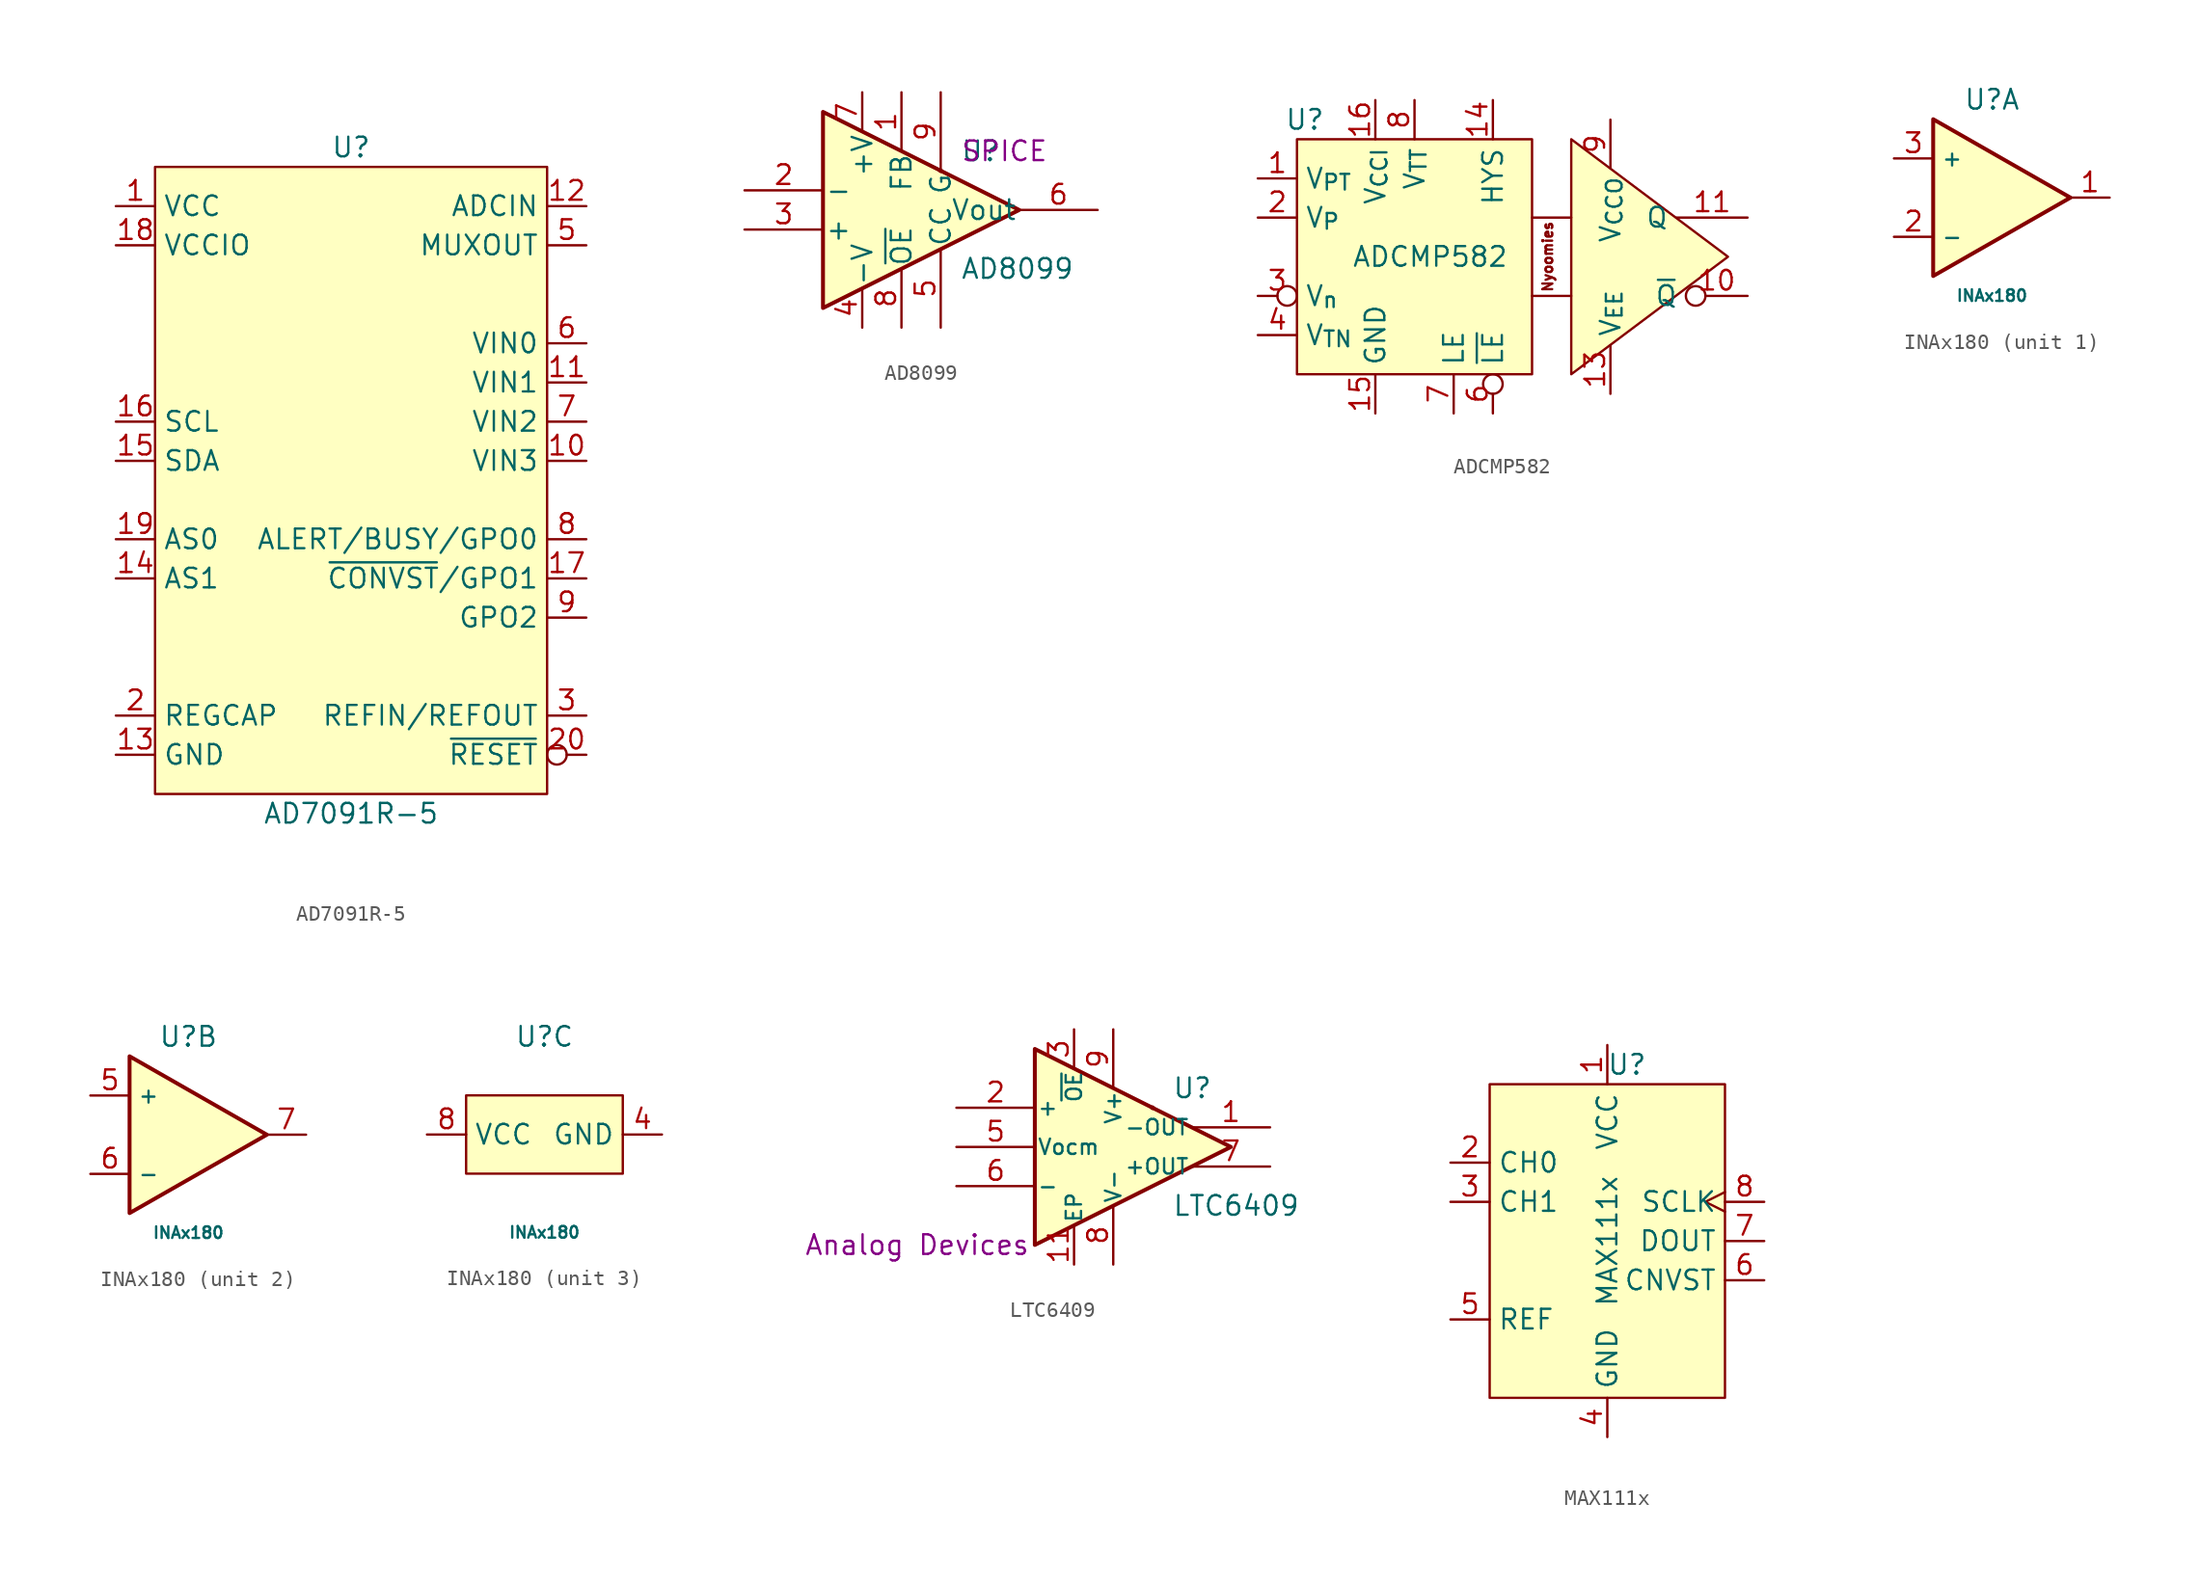
<source format=kicad_sym>
(kicad_symbol_lib
  (version 20231120)
  (generator "kicad_symbol_editor")
  (generator_version "8.0")
  (symbol "AD7091R-5"
    (property "Reference" "U"
      (at 0 22.86 0)
      (effects (font (size 1.27 1.27))))
    (property "Value" "AD7091R-5"
      (at 0 -20.32 0)
      (effects (font (size 1.27 1.27))))
    (symbol "AD7091R-5_0_1"
      (rectangle (start -12.7 21.59) (end 12.7 -19.05) (stroke (width 0.152) (type default)) (fill (type background))))
    (symbol "AD7091R-5_1_1"
      (pin power_in line (at -15.24 19.05 0) (length 2.54) (name "VCC" (effects (font (size 1.27 1.27)))) (number "1" (effects (font (size 1.27 1.27)))))
      (pin input line (at 15.24 2.54 180) (length 2.54) (name "VIN3" (effects (font (size 1.27 1.27)))) (number "10" (effects (font (size 1.27 1.27)))))
      (pin input line (at 15.24 7.62 180) (length 2.54) (name "VIN1" (effects (font (size 1.27 1.27)))) (number "11" (effects (font (size 1.27 1.27)))))
      (pin input line (at 15.24 19.05 180) (length 2.54) (name "ADCIN" (effects (font (size 1.27 1.27)))) (number "12" (effects (font (size 1.27 1.27)))))
      (pin power_in line (at -15.24 -16.51 0) (length 2.54) (name "GND" (effects (font (size 1.27 1.27)))) (number "13" (effects (font (size 1.27 1.27)))))
      (pin passive line (at -15.24 -5.08 0) (length 2.54) (name "AS1" (effects (font (size 1.27 1.27)))) (number "14" (effects (font (size 1.27 1.27)))))
      (pin bidirectional line (at -15.24 2.54 0) (length 2.54) (name "SDA" (effects (font (size 1.27 1.27)))) (number "15" (effects (font (size 1.27 1.27)))))
      (pin input line (at -15.24 5.08 0) (length 2.54) (name "SCL" (effects (font (size 1.27 1.27)))) (number "16" (effects (font (size 1.27 1.27)))))
      (pin passive line (at 15.24 -5.08 180) (length 2.54) (name "~{CONVST}/GPO1" (effects (font (size 1.27 1.27)))) (number "17" (effects (font (size 1.27 1.27)))))
      (pin power_in line (at -15.24 16.51 0) (length 2.54) (name "VCCIO" (effects (font (size 1.27 1.27)))) (number "18" (effects (font (size 1.27 1.27)))))
      (pin passive line (at -15.24 -2.54 0) (length 2.54) (name "AS0" (effects (font (size 1.27 1.27)))) (number "19" (effects (font (size 1.27 1.27)))))
      (pin passive line (at -15.24 -13.97 0) (length 2.54) (name "REGCAP" (effects (font (size 1.27 1.27)))) (number "2" (effects (font (size 1.27 1.27)))))
      (pin input inverted (at 15.24 -16.51 180) (length 2.54) (name "~{RESET}" (effects (font (size 1.27 1.27)))) (number "20" (effects (font (size 1.27 1.27)))))
      (pin passive line (at -15.24 -16.51 0) (length 2.54) hide (name "GND" (effects (font (size 1.27 1.27)))) (number "21" (effects (font (size 1.27 1.27)))))
      (pin bidirectional line (at 15.24 -13.97 180) (length 2.54) (name "REFIN/REFOUT" (effects (font (size 1.27 1.27)))) (number "3" (effects (font (size 1.27 1.27)))))
      (pin passive line (at -15.24 -16.51 0) (length 2.54) hide (name "GND" (effects (font (size 1.27 1.27)))) (number "4" (effects (font (size 1.27 1.27)))))
      (pin output line (at 15.24 16.51 180) (length 2.54) (name "MUXOUT" (effects (font (size 1.27 1.27)))) (number "5" (effects (font (size 1.27 1.27)))))
      (pin input line (at 15.24 10.16 180) (length 2.54) (name "VIN0" (effects (font (size 1.27 1.27)))) (number "6" (effects (font (size 1.27 1.27)))))
      (pin input line (at 15.24 5.08 180) (length 2.54) (name "VIN2" (effects (font (size 1.27 1.27)))) (number "7" (effects (font (size 1.27 1.27)))))
      (pin passive line (at 15.24 -2.54 180) (length 2.54) (name "ALERT/BUSY/GPO0" (effects (font (size 1.27 1.27)))) (number "8" (effects (font (size 1.27 1.27)))))
      (pin passive line (at 15.24 -7.62 180) (length 2.54) (name "GPO2" (effects (font (size 1.27 1.27)))) (number "9" (effects (font (size 1.27 1.27)))))))
  (symbol "AD8099"
    (pin_names
      (offset 0.127))
    (property "Reference" "U"
      (at 3.81 3.81 0)
      (effects (font (size 1.27 1.27)) (justify left)))
    (property "Value" "AD8099"
      (at 3.81 -3.81 0)
      (effects (font (size 1.27 1.27)) (justify left)))
    (property "Sim.Device" "SPICE"
      (at 3.81 3.81 0)
      (effects (font (size 1.27 1.27)) (justify left)))
    (symbol "AD8099_0_1"
      (polyline (pts (xy -5.08 6.35) (xy -5.08 -6.35) (xy 7.62 0) (xy -5.08 6.35)) (stroke (width 0.254) (type default)) (fill (type background)))
      (circle (center 2.54 2.54) (radius 0.0001) (stroke (width 0) (type default)) (fill (type none))))
    (symbol "AD8099_1_1"
      (pin input line (at 0 7.62 270) (length 3.81) (name "FB" (effects (font (size 1.27 1.27)))) (number "1" (effects (font (size 1.27 1.27)))))
      (pin input line (at -10.16 1.27 0) (length 5.08) (name "-" (effects (font (size 1.27 1.27)))) (number "2" (effects (font (size 1.27 1.27)))))
      (pin input line (at -10.16 -1.27 0) (length 5.08) (name "+" (effects (font (size 1.27 1.27)))) (number "3" (effects (font (size 1.27 1.27)))))
      (pin power_in line (at -2.54 -7.62 90) (length 2.54) (name "-V" (effects (font (size 1.27 1.27)))) (number "4" (effects (font (size 1.27 1.27)))))
      (pin passive line (at 2.54 -7.62 90) (length 5.08) (name "CC" (effects (font (size 1.27 1.27)))) (number "5" (effects (font (size 1.27 1.27)))))
      (pin output line (at 12.7 0 180) (length 5.08) (name "Vout" (effects (font (size 1.27 1.27)))) (number "6" (effects (font (size 1.27 1.27)))))
      (pin power_in line (at -2.54 7.62 270) (length 2.54) (name "+V" (effects (font (size 1.27 1.27)))) (number "7" (effects (font (size 1.27 1.27)))))
      (pin input line (at 0 -7.62 90) (length 3.81) (name "~{OE}" (effects (font (size 1.27 1.27)))) (number "8" (effects (font (size 1.27 1.27)))))
      (pin passive line (at 2.54 7.62 270) (length 5.08) (name "G" (effects (font (size 1.27 1.27)))) (number "9" (effects (font (size 1.27 1.27)))))))
  (symbol "ADCMP582"
    (property "Reference" "U"
      (at -14.732 8.89 0)
      (effects (font (size 1.27 1.27))))
    (property "Value" "ADCMP582"
      (at -6.604 0 0)
      (effects (font (size 1.27 1.27))))
    (symbol "ADCMP582_1_1"
      (polyline (pts (xy 2.54 -2.54) (xy 0 -2.54)) (stroke (width 0) (type default)) (fill (type none)))
      (polyline (pts (xy 2.54 2.54) (xy 0 2.54)) (stroke (width 0) (type default)) (fill (type none)))
      (polyline (pts (xy 2.54 7.62) (xy 12.7 0) (xy 2.54 -7.62) (xy 2.54 7.62)) (stroke (width 0) (type default)) (fill (type background)))
      (polyline (pts (xy 0 -7.62) (xy 0 7.62) (xy -15.24 7.62) (xy -15.24 -7.62) (xy 0 -7.62)) (stroke (width 0) (type default)) (fill (type background)))
      (text "Nyoomies" (at 1.016 0 900) (effects (font (size 0.635 0.635))))
      (pin input line (at -17.78 5.08 0) (length 2.54) (name "V_{PT}" (effects (font (size 1.27 1.27)))) (number "1" (effects (font (size 1.27 1.27)))))
      (pin output inverted (at 13.97 -2.54 180) (length 4) (name "~{Q}" (effects (font (size 1.27 1.27)))) (number "10" (effects (font (size 1.27 1.27)))))
      (pin output line (at 13.97 2.54 180) (length 4.6) (name "Q" (effects (font (size 1.27 1.27)))) (number "11" (effects (font (size 1.27 1.27)))))
      (pin passive line (at 5.08 8.89 270) (length 3.15) hide (name "V_{CCO}" (effects (font (size 1.27 1.27)))) (number "12" (effects (font (size 1.27 1.27)))))
      (pin power_in line (at 5.08 -8.89 90) (length 3.15) (name "V_{EE}" (effects (font (size 1.27 1.27)))) (number "13" (effects (font (size 1.27 1.27)))))
      (pin input line (at -2.54 10.16 270) (length 2.54) (name "HYS" (effects (font (size 1.27 1.27)))) (number "14" (effects (font (size 1.27 1.27)))))
      (pin power_in line (at -10.16 -10.16 90) (length 2.54) (name "GND" (effects (font (size 1.27 1.27)))) (number "15" (effects (font (size 1.27 1.27)))))
      (pin power_in line (at -10.16 10.16 270) (length 2.54) (name "V_{CCI}" (effects (font (size 1.27 1.27)))) (number "16" (effects (font (size 1.27 1.27)))))
      (pin passive line (at -10.16 -10.16 90) (length 2.54) hide (name "GND" (effects (font (size 1.27 1.27)))) (number "17" (effects (font (size 1.27 1.27)))))
      (pin input line (at -17.78 2.54 0) (length 2.54) (name "V_{P}" (effects (font (size 1.27 1.27)))) (number "2" (effects (font (size 1.27 1.27)))))
      (pin input inverted (at -17.78 -2.54 0) (length 2.54) (name "V_{n}" (effects (font (size 1.27 1.27)))) (number "3" (effects (font (size 1.27 1.27)))))
      (pin input line (at -17.78 -5.08 0) (length 2.54) (name "V_{TN}" (effects (font (size 1.27 1.27)))) (number "4" (effects (font (size 1.27 1.27)))))
      (pin passive line (at -10.16 10.16 270) (length 2.54) hide (name "V_{CCI}" (effects (font (size 1.27 1.27)))) (number "5" (effects (font (size 1.27 1.27)))))
      (pin input inverted (at -2.54 -10.16 90) (length 2.54) (name "~{LE}" (effects (font (size 1.27 1.27)))) (number "6" (effects (font (size 1.27 1.27)))))
      (pin input line (at -5.08 -10.16 90) (length 2.54) (name "LE" (effects (font (size 1.27 1.27)))) (number "7" (effects (font (size 1.27 1.27)))))
      (pin power_in line (at -7.62 10.16 270) (length 2.54) (name "V_{TT}" (effects (font (size 1.27 1.27)))) (number "8" (effects (font (size 1.27 1.27)))))
      (pin power_in line (at 5.08 8.89 270) (length 3.15) (name "V_{CCO}" (effects (font (size 1.27 1.27)))) (number "9" (effects (font (size 1.27 1.27)))))))
  (symbol "INAx180"
    (property "Reference" "U"
      (at 0 6.35 0)
      (effects (font (size 1.27 1.27))))
    (property "Value" "INAx180"
      (at 0 -6.35 0)
      (effects (font (size 0.75 0.75))))
    (property "ki_locked" ""
      (at 0 0 0)
      (effects (font (size 1.27 1.27))))
    (symbol "INAx180_1_1"
      (polyline (pts (xy -3.81 5.08) (xy 5.08 0) (xy -3.81 -5.08) (xy -3.81 5.08)) (stroke (width 0.254) (type default)) (fill (type background)))
      (pin output line (at 7.62 0 180) (length 2.54) (name "~" (effects (font (size 1.27 1.27)))) (number "1" (effects (font (size 1.27 1.27)))))
      (pin input line (at -6.35 -2.54 0) (length 2.54) (name "-" (effects (font (size 1 1)))) (number "2" (effects (font (size 1.27 1.27)))))
      (pin input line (at -6.35 2.54 0) (length 2.54) (name "+" (effects (font (size 1 1)))) (number "3" (effects (font (size 1.27 1.27))))))
    (symbol "INAx180_2_1"
      (polyline (pts (xy -3.81 5.08) (xy 5.08 0) (xy -3.81 -5.08) (xy -3.81 5.08)) (stroke (width 0.254) (type default)) (fill (type background)))
      (pin input line (at -6.35 2.54 0) (length 2.54) (name "+" (effects (font (size 1 1)))) (number "5" (effects (font (size 1.27 1.27)))))
      (pin input line (at -6.35 -2.54 0) (length 2.54) (name "-" (effects (font (size 1 1)))) (number "6" (effects (font (size 1.27 1.27)))))
      (pin output line (at 7.62 0 180) (length 2.54) (name "~" (effects (font (size 1.27 1.27)))) (number "7" (effects (font (size 1.27 1.27))))))
    (symbol "INAx180_3_1"
      (rectangle (start -5.08 2.54) (end 5.08 -2.54) (stroke (width 0.152) (type default)) (fill (type background)))
      (pin power_in line (at 7.62 0 180) (length 2.54) (name "GND" (effects (font (size 1.27 1.27)))) (number "4" (effects (font (size 1.27 1.27)))))
      (pin power_in line (at -7.62 0 0) (length 2.54) (name "VCC" (effects (font (size 1.27 1.27)))) (number "8" (effects (font (size 1.27 1.27)))))
      (pin passive line (at 7.62 0 180) (length 2.54) hide (name "GND" (effects (font (size 1.27 1.27)))) (number "9" (effects (font (size 1.27 1.27)))))))
  (symbol "LTC6409"
    (pin_names
      (offset 0.127))
    (property "Reference" "U"
      (at 3.81 3.81 0)
      (effects (font (size 1.27 1.27)) (justify left)))
    (property "Value" "LTC6409"
      (at 3.81 -3.81 0)
      (effects (font (size 1.27 1.27)) (justify left)))
    (property "MFR" "Analog Devices"
      (at -12.7 -6.35 0)
      (effects (font (size 1.27 1.27))))
    (symbol "LTC6409_0_1"
      (polyline (pts (xy -5.08 6.35) (xy -5.08 -6.35) (xy 7.62 0) (xy -5.08 6.35)) (stroke (width 0.254) (type default)) (fill (type background)))
      (circle (center 2.54 2.54) (radius 0.0001) (stroke (width 0) (type default)) (fill (type none))))
    (symbol "LTC6409_1_1"
      (pin output line (at 10.16 1.27 180) (length 5.08) (name "-OUT" (effects (font (size 0.991 0.991)))) (number "1" (effects (font (size 1.27 1.27)))))
      (pin passive line (at 0 -7.62 90) (length 3.81) hide (name "V-" (effects (font (size 0.991 0.991)))) (number "10" (effects (font (size 1.27 1.27)))))
      (pin passive line (at -2.54 -7.62 90) (length 2.54) (name "EP" (effects (font (size 0.991 0.991)))) (number "11" (effects (font (size 1.27 1.27)))))
      (pin input line (at -10.16 2.54 0) (length 5.08) (name "+" (effects (font (size 0.991 0.991)))) (number "2" (effects (font (size 1.27 1.27)))))
      (pin passive line (at -2.54 7.62 270) (length 2.54) (name "~{OE}" (effects (font (size 0.991 0.991)))) (number "3" (effects (font (size 1.27 1.27)))))
      (pin passive line (at 0 7.62 270) (length 3.81) hide (name "V+" (effects (font (size 0.991 0.991)))) (number "4" (effects (font (size 1.27 1.27)))))
      (pin input line (at -10.16 0 0) (length 5.08) (name "Vocm" (effects (font (size 0.991 0.991)))) (number "5" (effects (font (size 1.27 1.27)))))
      (pin input line (at -10.16 -2.54 0) (length 5.08) (name "-" (effects (font (size 0.991 0.991)))) (number "6" (effects (font (size 1.27 1.27)))))
      (pin output line (at 10.16 -1.27 180) (length 5.08) (name "+OUT" (effects (font (size 0.991 0.991)))) (number "7" (effects (font (size 1.27 1.27)))))
      (pin power_in line (at 0 -7.62 90) (length 3.81) (name "V-" (effects (font (size 0.991 0.991)))) (number "8" (effects (font (size 1.27 1.27)))))
      (pin power_in line (at 0 7.62 270) (length 3.81) (name "V+" (effects (font (size 0.991 0.991)))) (number "9" (effects (font (size 1.27 1.27)))))))
  (symbol "MAX111x"
    (property "Reference" "U"
      (at 1.27 11.43 0)
      (effects (font (size 1.27 1.27))))
    (property "Value" "MAX111x"
      (at 0 0 90)
      (effects (font (size 1.27 1.27))))
    (symbol "MAX111x_1_1"
      (rectangle (start -7.62 10.16) (end 7.62 -10.16) (stroke (width 0) (type default)) (fill (type background)))
      (pin power_in line (at 0 12.7 270) (length 2.54) (name "VCC" (effects (font (size 1.27 1.27)))) (number "1" (effects (font (size 1.27 1.27)))))
      (pin input line (at -10.16 5.08 0) (length 2.54) (name "CH0" (effects (font (size 1.27 1.27)))) (number "2" (effects (font (size 1.27 1.27)))))
      (pin input line (at -10.16 2.54 0) (length 2.54) (name "CH1" (effects (font (size 1.27 1.27)))) (number "3" (effects (font (size 1.27 1.27)))))
      (pin power_in line (at 0 -12.7 90) (length 2.54) (name "GND" (effects (font (size 1.27 1.27)))) (number "4" (effects (font (size 1.27 1.27)))))
      (pin input line (at -10.16 -5.08 0) (length 2.54) (name "REF" (effects (font (size 1.27 1.27)))) (number "5" (effects (font (size 1.27 1.27)))))
      (pin input line (at 10.16 -2.54 180) (length 2.54) (name "CNVST" (effects (font (size 1.27 1.27)))) (number "6" (effects (font (size 1.27 1.27)))))
      (pin output line (at 10.16 0 180) (length 2.54) (name "DOUT" (effects (font (size 1.27 1.27)))) (number "7" (effects (font (size 1.27 1.27)))))
      (pin input clock (at 10.16 2.54 180) (length 2.54) (name "SCLK" (effects (font (size 1.27 1.27)))) (number "8" (effects (font (size 1.27 1.27))))))))
</source>
